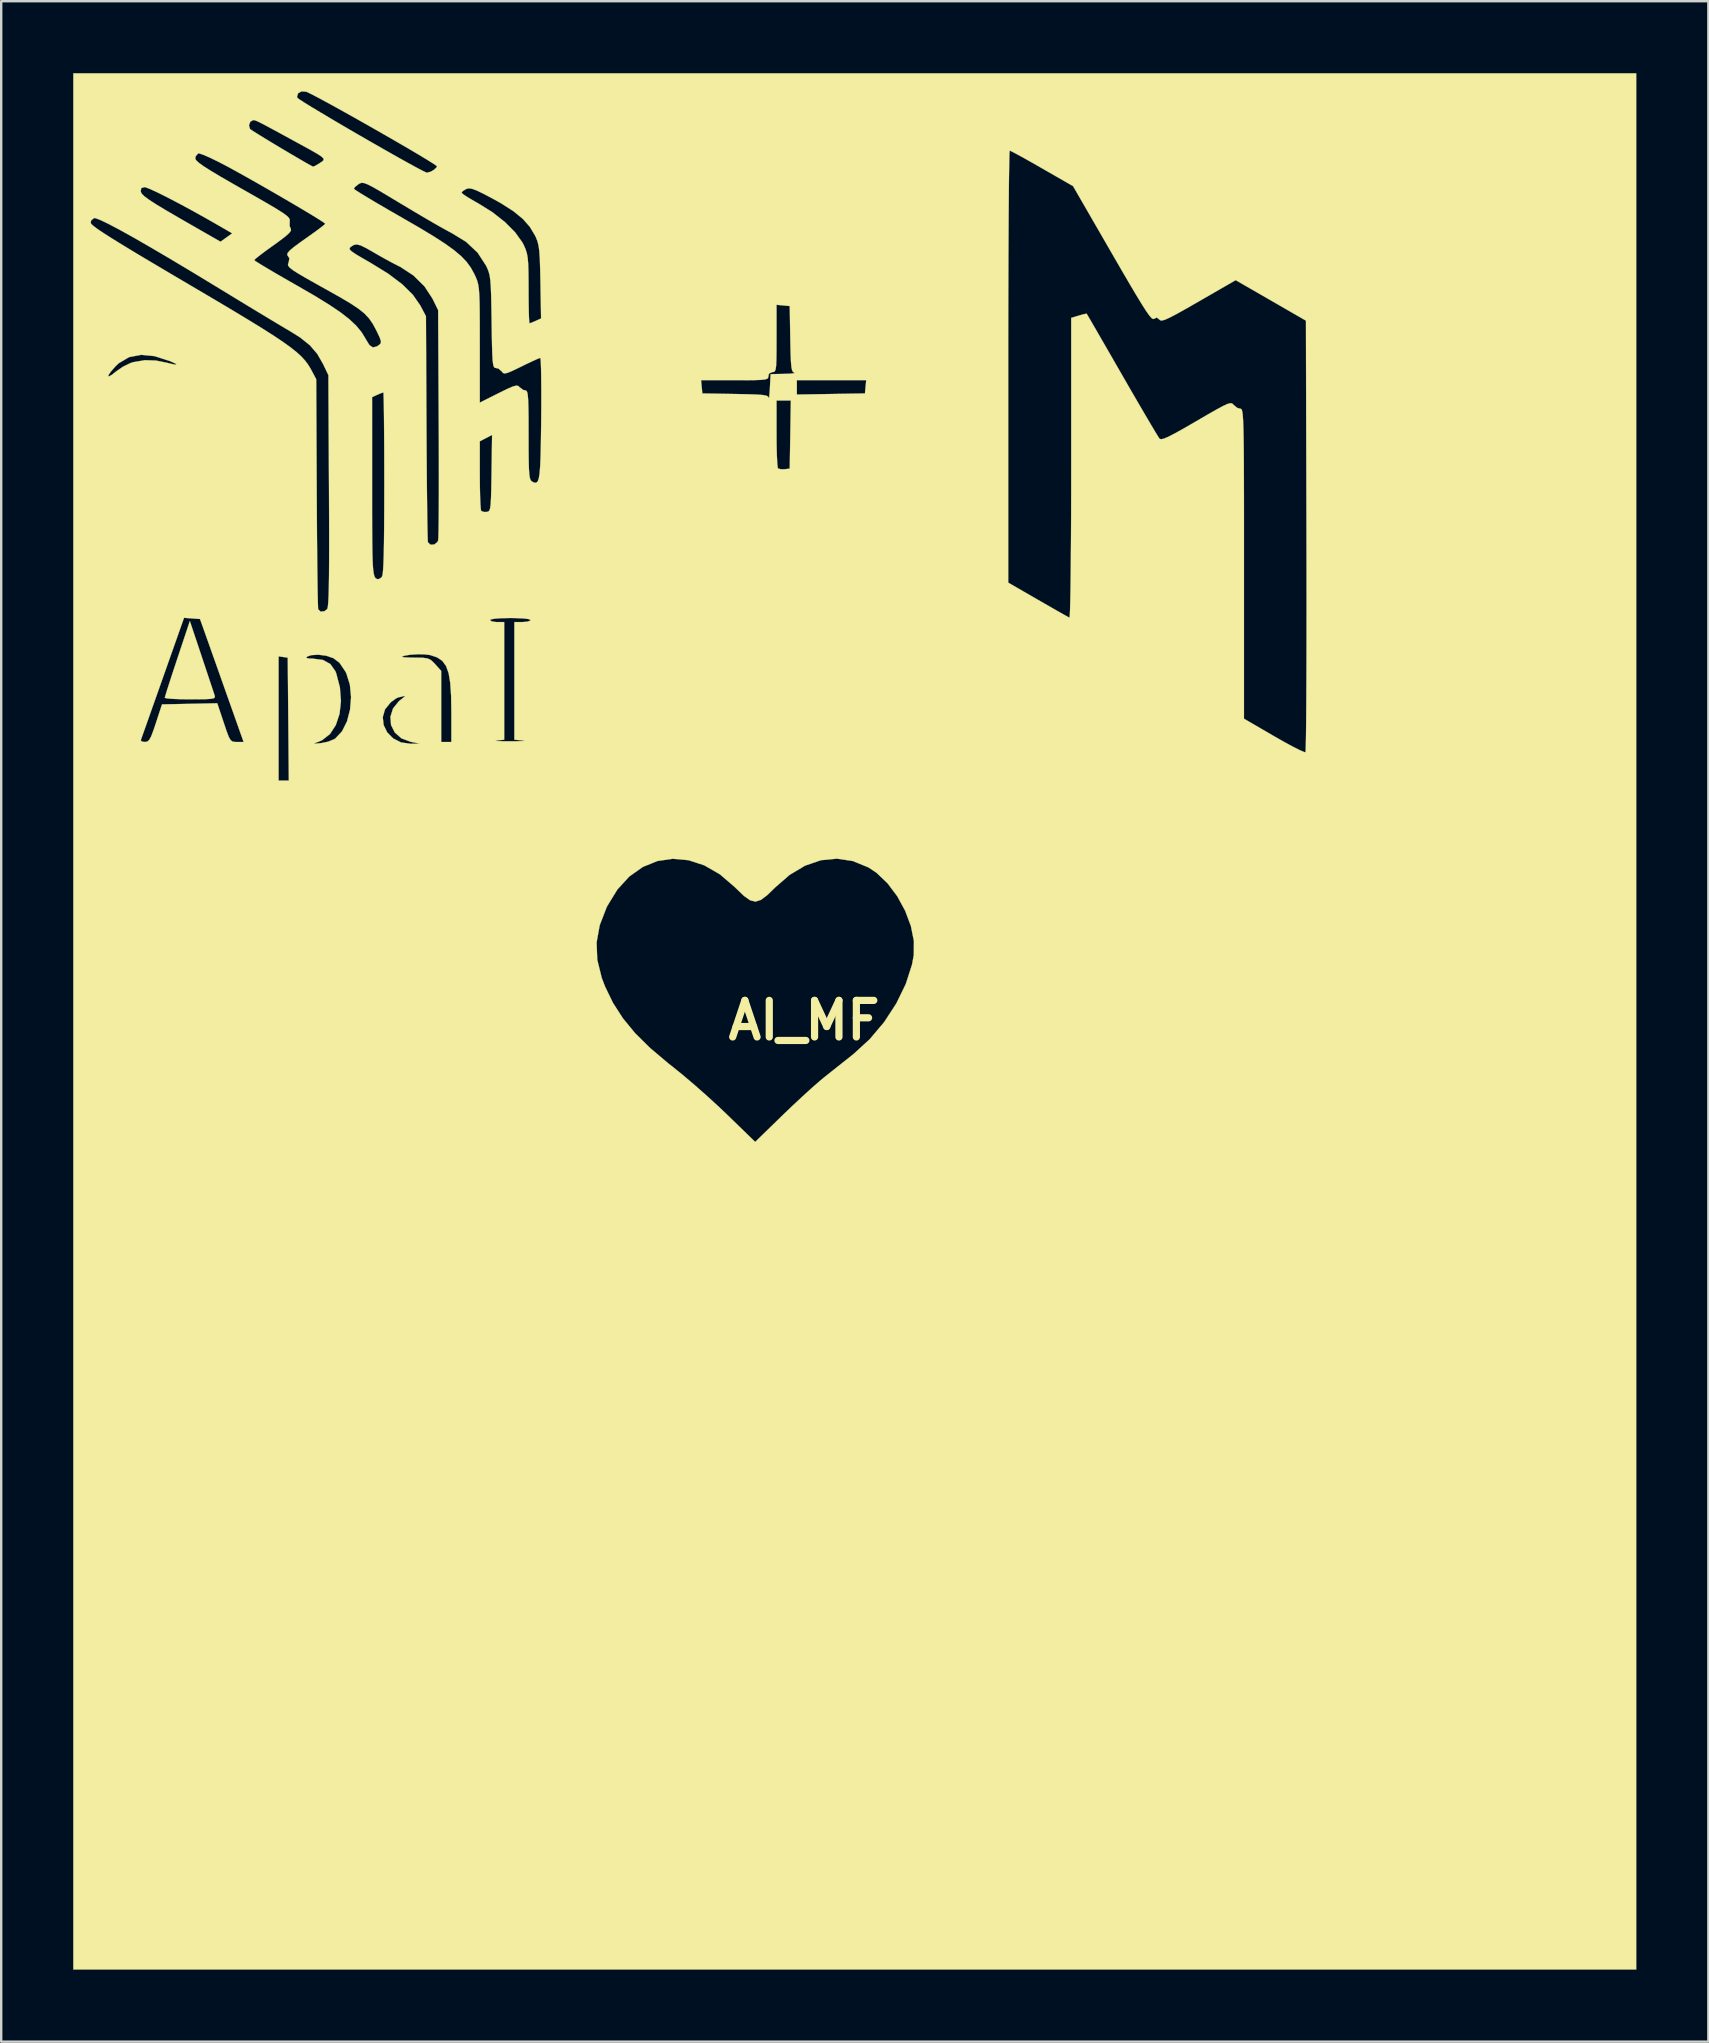
<source format=kicad_pcb>
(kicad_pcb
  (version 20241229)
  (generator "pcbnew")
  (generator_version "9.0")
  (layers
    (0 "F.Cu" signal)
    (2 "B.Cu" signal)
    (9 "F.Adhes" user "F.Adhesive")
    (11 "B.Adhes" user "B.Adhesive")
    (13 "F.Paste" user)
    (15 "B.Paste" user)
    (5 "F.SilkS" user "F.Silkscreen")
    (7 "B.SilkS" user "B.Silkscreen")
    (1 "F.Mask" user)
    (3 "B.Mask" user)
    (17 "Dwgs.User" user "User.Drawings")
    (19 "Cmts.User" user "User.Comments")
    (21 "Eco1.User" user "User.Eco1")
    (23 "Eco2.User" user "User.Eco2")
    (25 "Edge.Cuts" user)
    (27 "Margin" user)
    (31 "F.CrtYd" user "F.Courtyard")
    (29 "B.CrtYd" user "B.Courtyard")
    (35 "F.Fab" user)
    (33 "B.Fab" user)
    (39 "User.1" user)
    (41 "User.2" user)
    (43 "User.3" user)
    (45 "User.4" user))
  (footprint "AI_MF_D4"
    (layer "F.Cu")
    (at 32.517 39.46)
    (property "Reference" "AI_MF_D4" (at 0 0 0) (layer "F.SilkS") (effects (font (size 1.524 1.524) (thickness 0.3))))
    (attr through_hole)
    (fp_poly (pts (xy -27.163 -15.155) (xy -27.003 -14.674) (xy -26.859 -14.242) (xy -26.741 -13.888) (xy -26.658 -13.638) (xy -26.621 -13.525) (xy -26.615 -13.464) (xy -26.658 -13.422) (xy -26.778 -13.397) (xy -26.999 -13.383) (xy -27.349 -13.378) (xy -27.638 -13.377) (xy -28.04 -13.382) (xy -28.373 -13.395) (xy -28.603 -13.414) (xy -28.701 -13.438) (xy -28.702 -13.441) (xy -28.676 -13.537) (xy -28.605 -13.769) (xy -28.496 -14.109) (xy -28.358 -14.533) (xy -28.198 -15.015) (xy -28.18 -15.07) (xy -27.658 -16.636) (xy -27.163 -15.155)) (stroke (width 0.01) (type solid)) (fill yes) (layer "F.SilkS"))
    (fp_poly (pts (xy 32.597 39.539) (xy -32.512 39.539) (xy -32.512 -3.248) (xy -10.713 -3.248) (xy -10.685 -2.527) (xy -10.501 -1.778) (xy -10.364 -1.418) (xy -10.03 -0.729) (xy -9.617 -0.087) (xy -9.107 0.534) (xy -8.479 1.154) (xy -7.713 1.8) (xy -7.558 1.921) (xy -7.127 2.269) (xy -6.624 2.697) (xy -6.097 3.162) (xy -5.592 3.625) (xy -5.296 3.907) (xy -4.106 5.062) (xy -2.963 3.949) (xy -2.553 3.556) (xy -2.136 3.168) (xy -1.747 2.814) (xy -1.418 2.526) (xy -1.227 2.367) (xy -0.864 2.079) (xy -0.45 1.75) (xy -0.066 1.446) (xy -0.016 1.406) (xy 0.663 0.785) (xy 1.267 0.07) (xy 1.775 -0.709) (xy 2.168 -1.518) (xy 2.428 -2.328) (xy 2.5 -2.715) (xy 2.506 -3.301) (xy 2.381 -3.93) (xy 2.143 -4.566) (xy 1.812 -5.173) (xy 1.406 -5.714) (xy 0.944 -6.154) (xy 0.608 -6.376) (xy -0.041 -6.64) (xy -0.704 -6.739) (xy -1.37 -6.674) (xy -2.03 -6.447) (xy -2.675 -6.061) (xy -3.26 -5.553) (xy -3.6 -5.223) (xy -3.866 -5.022) (xy -4.094 -4.949) (xy -4.319 -5.006) (xy -4.578 -5.19) (xy -4.905 -5.504) (xy -4.953 -5.552) (xy -5.576 -6.086) (xy -6.225 -6.46) (xy -6.886 -6.675) (xy -7.543 -6.734) (xy -8.182 -6.64) (xy -8.788 -6.394) (xy -9.347 -5.999) (xy -9.844 -5.458) (xy -10.265 -4.772) (xy -10.296 -4.709) (xy -10.583 -3.967) (xy -10.713 -3.248) (xy -32.512 -3.248) (xy -32.512 -9.991) (xy -23.961 -9.991) (xy -23.535 -9.991) (xy -23.58 -15.103) (xy -22.812 -15.103) (xy -22.703 -15.077) (xy -22.538 -15.072) (xy -22.113 -15.017) (xy -21.806 -14.848) (xy -21.599 -14.555) (xy -21.56 -14.459) (xy -21.407 -13.873) (xy -21.363 -13.301) (xy -21.422 -12.769) (xy -21.577 -12.304) (xy -21.821 -11.93) (xy -22.149 -11.673) (xy -22.286 -11.614) (xy -22.449 -11.555) (xy -22.475 -11.532) (xy -22.352 -11.538) (xy -22.19 -11.552) (xy -21.901 -11.611) (xy -21.647 -11.714) (xy -21.597 -11.746) (xy -21.318 -12.044) (xy -21.111 -12.458) (xy -21.065 -12.634) (xy -19.621 -12.634) (xy -19.585 -12.305) (xy -19.436 -11.999) (xy -19.189 -11.748) (xy -18.857 -11.58) (xy -18.457 -11.524) (xy -18.076 -11.533) (xy -18.457 -11.606) (xy -18.846 -11.752) (xy -19.121 -11.996) (xy -19.276 -12.306) (xy -19.303 -12.648) (xy -19.196 -12.991) (xy -18.948 -13.301) (xy -18.833 -13.391) (xy -18.711 -13.489) (xy -18.711 -13.52) (xy -18.739 -13.513) (xy -18.905 -13.47) (xy -18.966 -13.462) (xy -19.071 -13.412) (xy -19.243 -13.287) (xy -19.295 -13.245) (xy -19.529 -12.957) (xy -19.621 -12.634) (xy -21.065 -12.634) (xy -20.984 -12.947) (xy -20.942 -13.47) (xy -20.991 -13.987) (xy -21.138 -14.457) (xy -21.17 -14.523) (xy -21.424 -14.898) (xy -21.678 -15.092) (xy -21.842 -15.147) (xy -18.832 -15.147) (xy -18.772 -15.131) (xy -18.583 -15.118) (xy -18.303 -15.113) (xy -18.274 -15.113) (xy -17.956 -15.108) (xy -17.754 -15.08) (xy -17.613 -15.012) (xy -17.48 -14.886) (xy -17.434 -14.836) (xy -17.187 -14.56) (xy -17.187 -11.599) (xy -16.764 -11.599) (xy -16.764 -12.832) (xy -16.774 -13.519) (xy -16.81 -14.058) (xy -16.878 -14.468) (xy -16.987 -14.769) (xy -17.143 -14.981) (xy -17.355 -15.123) (xy -17.629 -15.215) (xy -17.662 -15.223) (xy -17.898 -15.251) (xy -18.192 -15.253) (xy -18.485 -15.233) (xy -18.72 -15.194) (xy -18.832 -15.147) (xy -21.842 -15.147) (xy -21.971 -15.192) (xy -22.303 -15.235) (xy -22.603 -15.217) (xy -22.775 -15.155) (xy -22.812 -15.103) (xy -23.58 -15.103) (xy -23.58 -15.113) (xy -23.961 -15.167) (xy -23.961 -9.991) (xy -32.512 -9.991) (xy -32.512 -11.672) (xy -29.704 -11.672) (xy -29.655 -11.617) (xy -29.531 -11.599) (xy -29.432 -11.616) (xy -29.35 -11.685) (xy -29.268 -11.837) (xy -29.169 -12.1) (xy -29.074 -12.383) (xy -28.818 -13.166) (xy -27.667 -13.189) (xy -26.516 -13.213) (xy -26.247 -12.406) (xy -26.124 -12.04) (xy -26.034 -11.806) (xy -25.957 -11.674) (xy -25.873 -11.615) (xy -25.763 -11.6) (xy -25.698 -11.599) (xy -25.418 -11.599) (xy -25.74 -12.509) (xy -25.873 -12.885) (xy -26.048 -13.376) (xy -26.247 -13.938) (xy -26.455 -14.527) (xy -26.648 -15.071) (xy -27.219 -16.679) (xy -15.155 -16.679) (xy -15.081 -16.623) (xy -14.898 -16.595) (xy -14.859 -16.595) (xy -14.563 -16.595) (xy -14.563 -11.694) (xy -14.88 -11.661) (xy -14.933 -11.648) (xy -14.836 -11.637) (xy -14.61 -11.63) (xy -14.309 -11.628) (xy -13.987 -11.631) (xy -13.782 -11.639) (xy -13.71 -11.649) (xy -13.78 -11.661) (xy -14.139 -11.694) (xy -14.139 -16.595) (xy -13.801 -16.595) (xy -13.589 -16.613) (xy -13.471 -16.66) (xy -13.462 -16.679) (xy -13.542 -16.719) (xy -13.768 -16.747) (xy -14.113 -16.762) (xy -14.309 -16.764) (xy -14.702 -16.756) (xy -14.986 -16.733) (xy -15.137 -16.699) (xy -15.155 -16.679) (xy -27.219 -16.679) (xy -27.234 -16.722) (xy -27.567 -16.747) (xy -27.9 -16.772) (xy -28.788 -14.258) (xy -29.007 -13.638) (xy -29.208 -13.07) (xy -29.384 -12.572) (xy -29.528 -12.165) (xy -29.634 -11.867) (xy -29.693 -11.7) (xy -29.704 -11.672) (xy -32.512 -11.672) (xy -32.512 -26.87) (xy -31.056 -26.87) (xy -31.04 -26.824) (xy -30.914 -26.89) (xy -30.729 -27.036) (xy -30.449 -27.23) (xy -30.138 -27.383) (xy -30.014 -27.423) (xy -29.533 -27.505) (xy -29.07 -27.49) (xy -28.636 -27.402) (xy -28.348 -27.334) (xy -28.217 -27.318) (xy -28.245 -27.356) (xy -28.433 -27.445) (xy -28.482 -27.466) (xy -29.125 -27.673) (xy -29.694 -27.728) (xy -30.191 -27.631) (xy -30.617 -27.38) (xy -30.755 -27.25) (xy -30.961 -27.015) (xy -31.056 -26.87) (xy -32.512 -26.87) (xy -32.512 -33.233) (xy -31.792 -33.233) (xy -31.762 -33.177) (xy -31.664 -33.088) (xy -31.49 -32.959) (xy -31.23 -32.785) (xy -30.875 -32.559) (xy -30.415 -32.276) (xy -29.843 -31.929) (xy -29.147 -31.515) (xy -28.32 -31.025) (xy -27.728 -30.676) (xy -26.771 -30.112) (xy -25.948 -29.624) (xy -25.25 -29.203) (xy -24.664 -28.843) (xy -24.178 -28.534) (xy -23.782 -28.269) (xy -23.463 -28.04) (xy -23.21 -27.839) (xy -23.012 -27.657) (xy -22.856 -27.487) (xy -22.732 -27.32) (xy -22.627 -27.148) (xy -22.596 -27.092) (xy -22.394 -26.712) (xy -22.372 -21.971) (xy -22.367 -21.089) (xy -22.362 -20.256) (xy -22.355 -19.488) (xy -22.348 -18.802) (xy -22.34 -18.211) (xy -22.332 -17.733) (xy -22.324 -17.382) (xy -22.316 -17.175) (xy -22.311 -17.124) (xy -22.206 -17.028) (xy -22.047 -17.049) (xy -21.935 -17.137) (xy -21.913 -17.211) (xy -21.894 -17.38) (xy -21.879 -17.653) (xy -21.868 -18.04) (xy -21.86 -18.55) (xy -21.856 -19.191) (xy -21.855 -19.974) (xy -21.856 -20.907) (xy -21.861 -22) (xy -21.861 -22.069) (xy -21.882 -25.965) (xy -20.066 -25.965) (xy -20.066 -22.218) (xy -20.066 -21.318) (xy -20.064 -20.571) (xy -20.06 -19.965) (xy -20.053 -19.484) (xy -20.042 -19.113) (xy -20.026 -18.838) (xy -20.003 -18.644) (xy -19.974 -18.516) (xy -19.936 -18.44) (xy -19.889 -18.401) (xy -19.832 -18.383) (xy -19.808 -18.379) (xy -19.716 -18.425) (xy -19.66 -18.474) (xy -19.634 -18.545) (xy -19.612 -18.71) (xy -19.595 -18.978) (xy -19.581 -19.362) (xy -19.571 -19.87) (xy -19.564 -20.515) (xy -19.56 -21.306) (xy -19.558 -22.255) (xy -19.558 -22.369) (xy -19.559 -23.152) (xy -19.561 -23.881) (xy -19.565 -24.538) (xy -19.57 -25.106) (xy -19.576 -25.57) (xy -19.583 -25.911) (xy -19.59 -26.112) (xy -19.596 -26.162) (xy -19.693 -26.131) (xy -19.85 -26.064) (xy -20.066 -25.965) (xy -21.882 -25.965) (xy -21.886 -26.882) (xy -22.108 -27.347) (xy -22.351 -27.77) (xy -22.657 -28.126) (xy -23.062 -28.451) (xy -23.489 -28.718) (xy -23.707 -28.846) (xy -24.047 -29.049) (xy -24.487 -29.314) (xy -25.004 -29.626) (xy -25.576 -29.973) (xy -26.18 -30.341) (xy -26.543 -30.562) (xy -27.551 -31.174) (xy -28.464 -31.72) (xy -29.275 -32.197) (xy -29.979 -32.602) (xy -30.568 -32.93) (xy -31.038 -33.178) (xy -31.38 -33.343) (xy -31.591 -33.422) (xy -31.645 -33.427) (xy -31.767 -33.331) (xy -31.792 -33.233) (xy -32.512 -33.233) (xy -32.512 -34.538) (xy -29.705 -34.538) (xy -29.703 -34.523) (xy -29.662 -34.44) (xy -29.551 -34.331) (xy -29.353 -34.185) (xy -29.054 -33.991) (xy -28.638 -33.741) (xy -28.09 -33.421) (xy -28.029 -33.386) (xy -26.381 -32.44) (xy -25.893 -32.789) (xy -26.429 -33.1) (xy -27.007 -33.43) (xy -27.573 -33.745) (xy -28.106 -34.033) (xy -28.587 -34.284) (xy -28.993 -34.487) (xy -29.304 -34.631) (xy -29.498 -34.706) (xy -29.541 -34.713) (xy -29.682 -34.677) (xy -29.705 -34.538) (xy -32.512 -34.538) (xy -32.512 -35.907) (xy -27.432 -35.907) (xy -27.399 -35.836) (xy -27.291 -35.734) (xy -27.095 -35.592) (xy -26.797 -35.402) (xy -26.385 -35.155) (xy -25.844 -34.842) (xy -25.442 -34.613) (xy -24.847 -34.275) (xy -24.384 -34.008) (xy -24.038 -33.802) (xy -23.791 -33.646) (xy -23.63 -33.529) (xy -23.537 -33.44) (xy -23.498 -33.368) (xy -23.495 -33.303) (xy -23.498 -33.287) (xy -23.5 -33.088) (xy -23.453 -32.978) (xy -23.444 -32.907) (xy -23.523 -32.799) (xy -23.706 -32.638) (xy -24.01 -32.41) (xy -24.169 -32.296) (xy -24.486 -32.068) (xy -24.744 -31.874) (xy -24.916 -31.735) (xy -24.976 -31.673) (xy -24.905 -31.619) (xy -24.707 -31.495) (xy -24.401 -31.311) (xy -24.008 -31.08) (xy -23.547 -30.814) (xy -23.184 -30.607) (xy -22.452 -30.184) (xy -21.858 -29.818) (xy -21.382 -29.498) (xy -21.01 -29.208) (xy -20.723 -28.937) (xy -20.504 -28.671) (xy -20.337 -28.397) (xy -20.329 -28.381) (xy -20.177 -28.134) (xy -20.033 -28.037) (xy -19.868 -28.076) (xy -19.783 -28.132) (xy -19.711 -28.2) (xy -19.696 -28.289) (xy -19.743 -28.438) (xy -19.861 -28.689) (xy -19.899 -28.765) (xy -20.039 -29.024) (xy -20.19 -29.243) (xy -20.375 -29.442) (xy -20.618 -29.64) (xy -20.944 -29.858) (xy -21.376 -30.115) (xy -21.859 -30.387) (xy -22.418 -30.699) (xy -22.845 -30.94) (xy -23.156 -31.123) (xy -23.368 -31.259) (xy -23.496 -31.36) (xy -23.558 -31.436) (xy -23.57 -31.5) (xy -23.547 -31.562) (xy -23.543 -31.57) (xy -23.511 -31.748) (xy -23.555 -31.818) (xy -23.6 -31.887) (xy -23.587 -31.966) (xy -23.497 -32.073) (xy -23.375 -32.175) (xy -21.003 -32.175) (xy -20.995 -32.114) (xy -20.909 -32.03) (xy -20.725 -31.907) (xy -20.424 -31.729) (xy -20.15 -31.573) (xy -19.402 -31.113) (xy -18.811 -30.668) (xy -18.368 -30.23) (xy -18.062 -29.79) (xy -18.05 -29.768) (xy -17.822 -29.337) (xy -17.8 -24.68) (xy -17.795 -23.806) (xy -17.789 -22.981) (xy -17.783 -22.222) (xy -17.775 -21.544) (xy -17.768 -20.963) (xy -17.76 -20.495) (xy -17.752 -20.155) (xy -17.744 -19.959) (xy -17.739 -19.918) (xy -17.634 -19.818) (xy -17.48 -19.825) (xy -17.348 -19.924) (xy -17.312 -20.003) (xy -17.304 -20.121) (xy -17.297 -20.393) (xy -17.291 -20.802) (xy -17.287 -21.332) (xy -17.284 -21.967) (xy -17.283 -22.692) (xy -17.284 -23.489) (xy -17.286 -24.126) (xy -15.579 -24.126) (xy -15.579 -22.703) (xy -15.575 -22.228) (xy -15.566 -21.813) (xy -15.552 -21.487) (xy -15.534 -21.28) (xy -15.519 -21.22) (xy -15.394 -21.181) (xy -15.286 -21.184) (xy -15.225 -21.2) (xy -15.18 -21.244) (xy -15.148 -21.338) (xy -15.126 -21.505) (xy -15.111 -21.768) (xy -15.101 -22.15) (xy -15.092 -22.673) (xy -15.09 -22.8) (xy -15.067 -24.39) (xy -15.323 -24.258) (xy -15.579 -24.126) (xy -17.286 -24.126) (xy -17.287 -24.343) (xy -17.29 -24.892) (xy -17.314 -29.591) (xy -17.552 -30.075) (xy -17.886 -30.584) (xy -18.346 -31.037) (xy -18.886 -31.391) (xy -18.952 -31.423) (xy -19.219 -31.56) (xy -19.564 -31.747) (xy -19.917 -31.948) (xy -19.967 -31.978) (xy -20.307 -32.172) (xy -20.539 -32.286) (xy -20.699 -32.328) (xy -20.823 -32.307) (xy -20.947 -32.232) (xy -20.951 -32.229) (xy -21.003 -32.175) (xy -23.375 -32.175) (xy -23.314 -32.226) (xy -23.019 -32.443) (xy -22.741 -32.639) (xy -22.442 -32.852) (xy -22.203 -33.03) (xy -22.053 -33.15) (xy -22.016 -33.189) (xy -22.086 -33.246) (xy -22.283 -33.373) (xy -22.585 -33.559) (xy -22.971 -33.791) (xy -23.42 -34.056) (xy -23.911 -34.343) (xy -24.422 -34.638) (xy -24.44 -34.648) (xy -20.827 -34.648) (xy -20.756 -34.591) (xy -20.556 -34.463) (xy -20.247 -34.275) (xy -19.848 -34.037) (xy -19.376 -33.762) (xy -18.852 -33.461) (xy -18.822 -33.443) (xy -18.093 -33.022) (xy -17.498 -32.663) (xy -17.021 -32.355) (xy -16.644 -32.083) (xy -16.352 -31.835) (xy -16.126 -31.597) (xy -15.951 -31.356) (xy -15.81 -31.099) (xy -15.789 -31.055) (xy -15.728 -30.921) (xy -15.681 -30.795) (xy -15.645 -30.655) (xy -15.619 -30.479) (xy -15.601 -30.246) (xy -15.589 -29.935) (xy -15.583 -29.522) (xy -15.58 -28.988) (xy -15.58 -28.309) (xy -15.579 -28.172) (xy -15.579 -25.737) (xy -14.801 -26.128) (xy -14.446 -26.302) (xy -14.211 -26.405) (xy -14.064 -26.446) (xy -13.977 -26.433) (xy -13.924 -26.382) (xy -13.775 -26.268) (xy -13.685 -26.247) (xy -13.64 -26.232) (xy -13.605 -26.175) (xy -13.581 -26.055) (xy -13.564 -25.852) (xy -13.554 -25.546) (xy -13.548 -25.115) (xy -13.547 -24.54) (xy -13.547 -24.388) (xy -13.546 -23.777) (xy -13.541 -23.313) (xy -13.532 -22.975) (xy -13.516 -22.742) (xy -13.492 -22.592) (xy -13.459 -22.504) (xy -13.414 -22.455) (xy -13.399 -22.446) (xy -13.304 -22.402) (xy -13.227 -22.4) (xy -13.167 -22.454) (xy -13.121 -22.581) (xy -13.087 -22.796) (xy -13.062 -23.114) (xy -13.045 -23.55) (xy -13.033 -24.12) (xy -13.023 -24.84) (xy -13.021 -25.083) (xy -13.017 -25.716) (xy -13.017 -25.823) (xy -3.217 -25.823) (xy -3.217 -24.44) (xy -3.214 -23.972) (xy -3.204 -23.565) (xy -3.189 -23.247) (xy -3.171 -23.048) (xy -3.157 -22.997) (xy -3.035 -22.96) (xy -2.882 -22.962) (xy -2.667 -22.987) (xy -2.644 -24.405) (xy -2.621 -25.823) (xy -3.217 -25.823) (xy -13.017 -25.823) (xy -13.017 -26.291) (xy -13.02 -26.67) (xy -6.361 -26.67) (xy -6.308 -26.12) (xy -4.932 -26.096) (xy -4.417 -26.086) (xy -4.047 -26.073) (xy -3.798 -26.055) (xy -3.647 -26.029) (xy -3.57 -25.991) (xy -3.541 -25.939) (xy -3.539 -25.927) (xy -3.528 -25.929) (xy -3.512 -26.07) (xy -3.495 -26.321) (xy -3.493 -26.352) (xy -3.477 -26.67) (xy -2.371 -26.67) (xy -2.371 -26.073) (xy -0.953 -26.096) (xy 0.466 -26.12) (xy 0.519 -26.67) (xy -2.371 -26.67) (xy -3.477 -26.67) (xy -3.464 -26.924) (xy -2.896 -26.934) (xy -2.637 -26.944) (xy -2.484 -26.96) (xy -2.468 -26.98) (xy -2.474 -26.982) (xy -2.53 -27.013) (xy -2.57 -27.088) (xy -2.599 -27.233) (xy -2.599 -27.238) (xy 6.435 -27.238) (xy 6.435 -18.238) (xy 7.674 -17.522) (xy 8.089 -17.284) (xy 8.453 -17.075) (xy 8.742 -16.912) (xy 8.929 -16.808) (xy 8.987 -16.778) (xy 8.998 -16.856) (xy 9.01 -17.09) (xy 9.02 -17.467) (xy 9.03 -17.975) (xy 9.038 -18.599) (xy 9.045 -19.327) (xy 9.051 -20.146) (xy 9.056 -21.043) (xy 9.058 -22.004) (xy 9.059 -23.008) (xy 9.059 -29.266) (xy 9.373 -29.362) (xy 9.576 -29.419) (xy 9.694 -29.442) (xy 9.703 -29.44) (xy 9.748 -29.365) (xy 9.868 -29.16) (xy 10.052 -28.842) (xy 10.291 -28.427) (xy 10.576 -27.934) (xy 10.896 -27.378) (xy 11.181 -26.882) (xy 11.527 -26.281) (xy 11.85 -25.725) (xy 12.138 -25.232) (xy 12.382 -24.818) (xy 12.571 -24.501) (xy 12.695 -24.299) (xy 12.74 -24.233) (xy 12.803 -24.211) (xy 12.923 -24.237) (xy 13.119 -24.321) (xy 13.407 -24.471) (xy 13.806 -24.694) (xy 14.272 -24.964) (xy 14.764 -25.251) (xy 15.132 -25.46) (xy 15.394 -25.601) (xy 15.573 -25.683) (xy 15.688 -25.713) (xy 15.761 -25.703) (xy 15.81 -25.659) (xy 15.822 -25.644) (xy 15.978 -25.517) (xy 16.097 -25.485) (xy 16.127 -25.48) (xy 16.152 -25.459) (xy 16.174 -25.41) (xy 16.193 -25.322) (xy 16.208 -25.183) (xy 16.221 -24.984) (xy 16.231 -24.711) (xy 16.239 -24.356) (xy 16.246 -23.905) (xy 16.25 -23.348) (xy 16.253 -22.674) (xy 16.255 -21.871) (xy 16.256 -20.929) (xy 16.256 -19.836) (xy 16.256 -19.027) (xy 16.256 -12.57) (xy 17.505 -11.843) (xy 17.918 -11.608) (xy 18.281 -11.41) (xy 18.569 -11.265) (xy 18.757 -11.183) (xy 18.818 -11.172) (xy 18.826 -11.262) (xy 18.834 -11.511) (xy 18.841 -11.907) (xy 18.847 -12.439) (xy 18.852 -13.096) (xy 18.856 -13.866) (xy 18.86 -14.739) (xy 18.862 -15.704) (xy 18.863 -16.749) (xy 18.863 -17.864) (xy 18.862 -19.037) (xy 18.86 -20.19) (xy 18.838 -29.152) (xy 17.375 -29.996) (xy 15.911 -30.839) (xy 14.37 -29.951) (xy 13.851 -29.653) (xy 13.458 -29.434) (xy 13.172 -29.284) (xy 12.975 -29.195) (xy 12.848 -29.158) (xy 12.771 -29.164) (xy 12.732 -29.197) (xy 12.625 -29.283) (xy 12.51 -29.228) (xy 12.467 -29.22) (xy 12.404 -29.263) (xy 12.312 -29.369) (xy 12.183 -29.551) (xy 12.011 -29.82) (xy 11.786 -30.188) (xy 11.501 -30.669) (xy 11.148 -31.274) (xy 10.762 -31.941) (xy 9.137 -34.756) (xy 7.848 -35.496) (xy 7.427 -35.737) (xy 7.056 -35.945) (xy 6.76 -36.106) (xy 6.565 -36.208) (xy 6.497 -36.237) (xy 6.488 -36.154) (xy 6.48 -35.913) (xy 6.473 -35.525) (xy 6.465 -35) (xy 6.459 -34.35) (xy 6.453 -33.585) (xy 6.448 -32.717) (xy 6.443 -31.757) (xy 6.44 -30.715) (xy 6.437 -29.603) (xy 6.435 -28.432) (xy 6.435 -27.238) (xy -2.599 -27.238) (xy -2.618 -27.471) (xy -2.632 -27.826) (xy -2.643 -28.324) (xy -2.644 -28.39) (xy -2.667 -29.76) (xy -3.217 -29.813) (xy -3.217 -28.411) (xy -3.218 -27.894) (xy -3.223 -27.523) (xy -3.234 -27.273) (xy -3.255 -27.121) (xy -3.289 -27.042) (xy -3.338 -27.013) (xy -3.387 -27.009) (xy -3.528 -26.949) (xy -3.556 -26.839) (xy -3.564 -26.777) (xy -3.603 -26.732) (xy -3.697 -26.702) (xy -3.871 -26.684) (xy -4.148 -26.674) (xy -4.552 -26.67) (xy -4.958 -26.67) (xy -6.361 -26.67) (xy -13.02 -26.67) (xy -13.021 -26.787) (xy -13.028 -27.183) (xy -13.039 -27.458) (xy -13.053 -27.592) (xy -13.059 -27.601) (xy -13.157 -27.566) (xy -13.37 -27.471) (xy -13.661 -27.333) (xy -13.847 -27.241) (xy -14.186 -27.077) (xy -14.406 -26.983) (xy -14.538 -26.951) (xy -14.613 -26.973) (xy -14.657 -27.03) (xy -14.799 -27.154) (xy -14.9 -27.178) (xy -14.951 -27.187) (xy -14.991 -27.226) (xy -15.02 -27.317) (xy -15.042 -27.479) (xy -15.057 -27.733) (xy -15.069 -28.1) (xy -15.079 -28.6) (xy -15.086 -29.104) (xy -15.096 -29.727) (xy -15.106 -30.206) (xy -15.12 -30.566) (xy -15.14 -30.833) (xy -15.168 -31.031) (xy -15.208 -31.186) (xy -15.261 -31.324) (xy -15.321 -31.45) (xy -15.671 -31.986) (xy -16.152 -32.437) (xy -16.741 -32.797) (xy -16.99 -32.931) (xy -17.352 -33.134) (xy -17.793 -33.389) (xy -18.282 -33.677) (xy -18.785 -33.978) (xy -18.871 -34.029) (xy -19.385 -34.339) (xy -19.625 -34.482) (xy -16.339 -34.482) (xy -16.269 -34.416) (xy -16.082 -34.292) (xy -15.811 -34.131) (xy -15.641 -34.036) (xy -15.056 -33.672) (xy -14.535 -33.262) (xy -14.108 -32.833) (xy -13.806 -32.413) (xy -13.747 -32.3) (xy -13.673 -32.131) (xy -13.62 -31.966) (xy -13.585 -31.774) (xy -13.563 -31.523) (xy -13.552 -31.18) (xy -13.548 -30.714) (xy -13.547 -30.459) (xy -13.545 -29.99) (xy -13.539 -29.587) (xy -13.53 -29.277) (xy -13.518 -29.087) (xy -13.508 -29.041) (xy -13.412 -29.072) (xy -13.248 -29.142) (xy -13.026 -29.243) (xy -13.053 -30.772) (xy -13.065 -31.327) (xy -13.079 -31.742) (xy -13.1 -32.048) (xy -13.13 -32.274) (xy -13.173 -32.449) (xy -13.232 -32.604) (xy -13.277 -32.698) (xy -13.497 -33.064) (xy -13.789 -33.395) (xy -14.179 -33.713) (xy -14.692 -34.041) (xy -15.036 -34.233) (xy -15.433 -34.442) (xy -15.713 -34.577) (xy -15.905 -34.647) (xy -16.039 -34.664) (xy -16.143 -34.638) (xy -16.145 -34.637) (xy -16.293 -34.547) (xy -16.339 -34.482) (xy -19.625 -34.482) (xy -19.774 -34.571) (xy -20.06 -34.732) (xy -20.263 -34.834) (xy -20.403 -34.885) (xy -20.5 -34.894) (xy -20.575 -34.872) (xy -20.628 -34.841) (xy -20.773 -34.726) (xy -20.827 -34.648) (xy -24.44 -34.648) (xy -24.932 -34.929) (xy -25.42 -35.204) (xy -25.866 -35.451) (xy -26.061 -35.558) (xy -26.462 -35.767) (xy -26.817 -35.94) (xy -27.096 -36.061) (xy -27.271 -36.119) (xy -27.31 -36.12) (xy -27.411 -36.007) (xy -27.432 -35.907) (xy -32.512 -35.907) (xy -32.512 -37.289) (xy -25.195 -37.289) (xy -25.155 -37.143) (xy -25.146 -37.133) (xy -25.053 -37.067) (xy -24.844 -36.935) (xy -24.549 -36.753) (xy -24.197 -36.54) (xy -23.818 -36.312) (xy -23.439 -36.088) (xy -23.091 -35.884) (xy -22.803 -35.717) (xy -22.603 -35.606) (xy -22.521 -35.567) (xy -22.429 -35.605) (xy -22.261 -35.705) (xy -22.243 -35.717) (xy -22.141 -35.785) (xy -22.085 -35.844) (xy -22.092 -35.908) (xy -22.177 -35.991) (xy -22.356 -36.108) (xy -22.647 -36.274) (xy -23.065 -36.503) (xy -23.199 -36.576) (xy -23.746 -36.875) (xy -24.164 -37.102) (xy -24.471 -37.267) (xy -24.688 -37.38) (xy -24.832 -37.451) (xy -24.924 -37.489) (xy -24.982 -37.505) (xy -25.021 -37.507) (xy -25.141 -37.439) (xy -25.195 -37.289) (xy -32.512 -37.289) (xy -32.512 -38.476) (xy -23.194 -38.476) (xy -23.185 -38.441) (xy -23.107 -38.378) (xy -22.901 -38.244) (xy -22.588 -38.05) (xy -22.187 -37.809) (xy -21.719 -37.531) (xy -21.205 -37.228) (xy -20.663 -36.913) (xy -20.115 -36.597) (xy -19.58 -36.291) (xy -19.079 -36.007) (xy -18.631 -35.757) (xy -18.258 -35.552) (xy -17.978 -35.404) (xy -17.813 -35.325) (xy -17.78 -35.315) (xy -17.615 -35.36) (xy -17.49 -35.435) (xy -17.379 -35.539) (xy -17.363 -35.589) (xy -17.502 -35.686) (xy -17.767 -35.852) (xy -18.137 -36.075) (xy -18.589 -36.342) (xy -19.102 -36.64) (xy -19.654 -36.958) (xy -20.223 -37.282) (xy -20.787 -37.601) (xy -21.323 -37.901) (xy -21.812 -38.171) (xy -22.229 -38.397) (xy -22.553 -38.568) (xy -22.763 -38.671) (xy -22.802 -38.687) (xy -23.002 -38.705) (xy -23.15 -38.624) (xy -23.194 -38.476) (xy -32.512 -38.476) (xy -32.512 -39.455) (xy 32.597 -39.455) (xy 32.597 39.539)) (stroke (width 0.01) (type solid)) (fill yes) (layer "F.SilkS")))
  (gr_rect
    (start -3 -3)
    (end 68.119 82.004)
    (stroke (width 0.1) (type default))
    (fill no)
    (layer "Edge.Cuts")))
</source>
